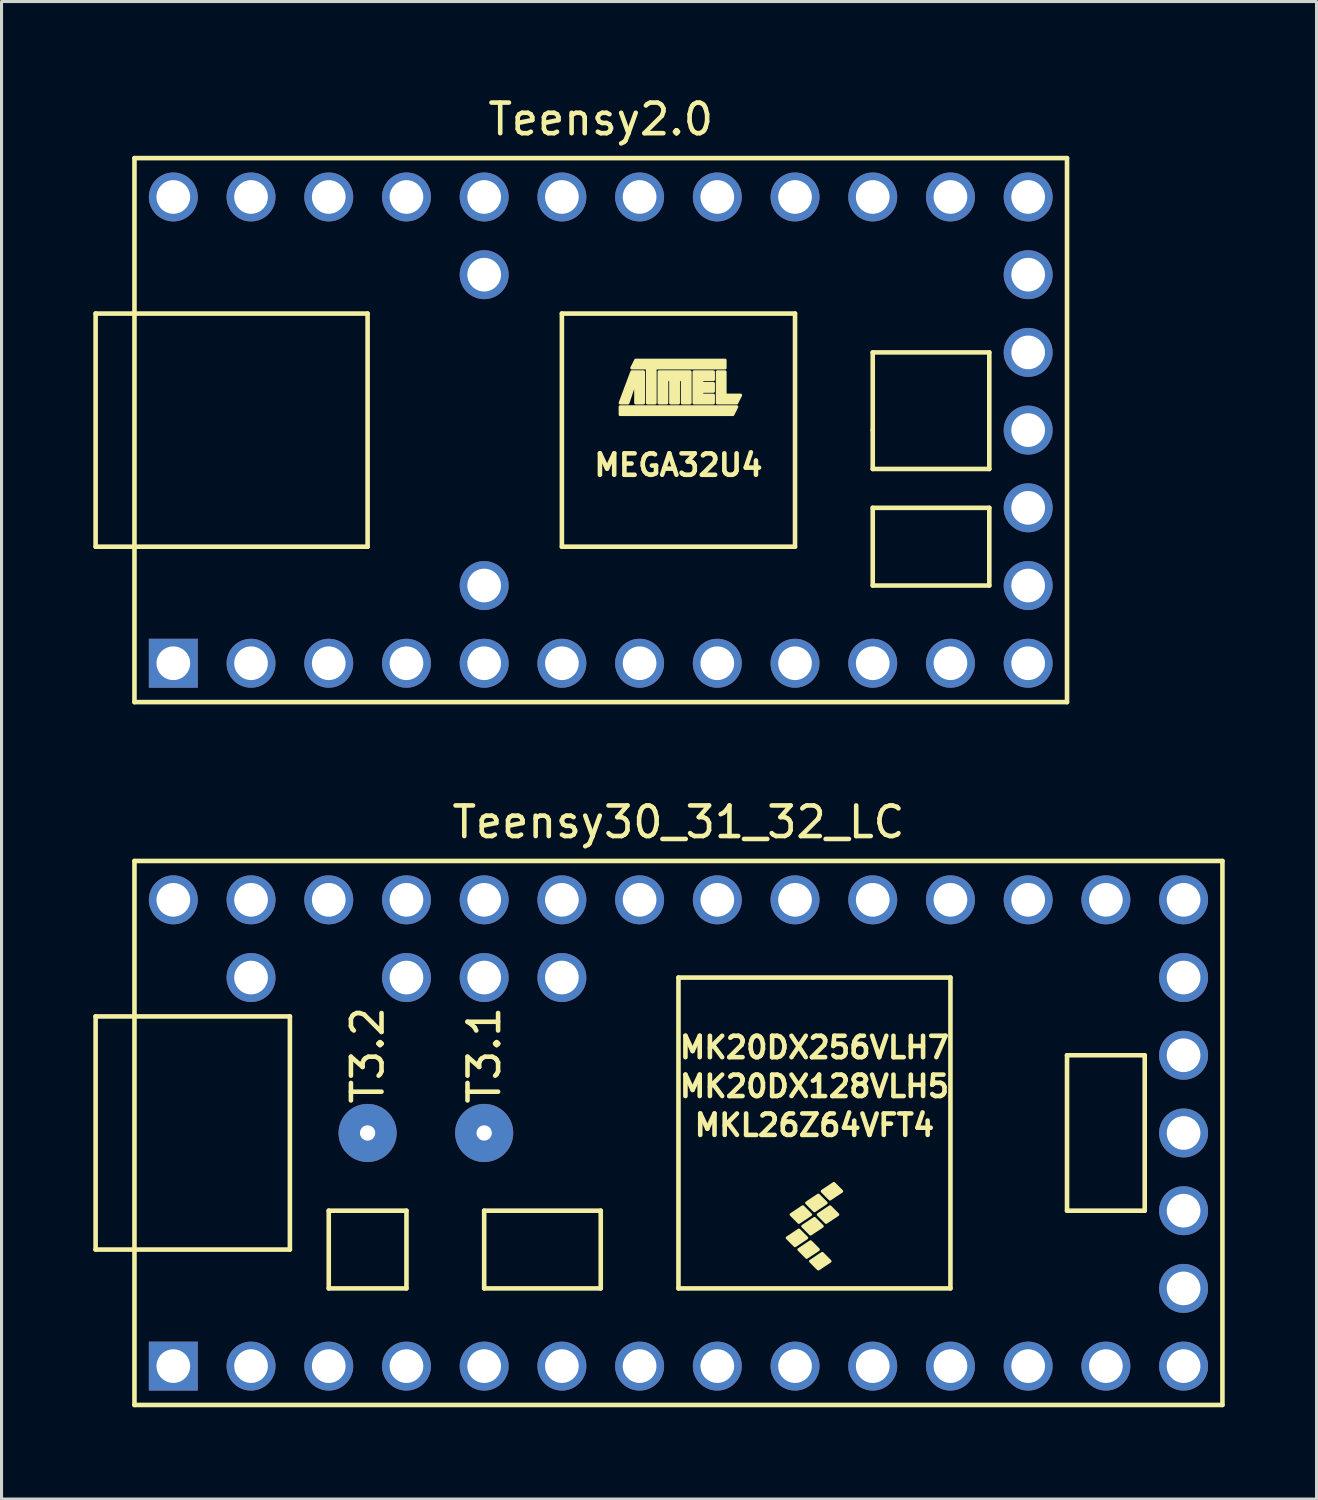
<source format=kicad_pcb>
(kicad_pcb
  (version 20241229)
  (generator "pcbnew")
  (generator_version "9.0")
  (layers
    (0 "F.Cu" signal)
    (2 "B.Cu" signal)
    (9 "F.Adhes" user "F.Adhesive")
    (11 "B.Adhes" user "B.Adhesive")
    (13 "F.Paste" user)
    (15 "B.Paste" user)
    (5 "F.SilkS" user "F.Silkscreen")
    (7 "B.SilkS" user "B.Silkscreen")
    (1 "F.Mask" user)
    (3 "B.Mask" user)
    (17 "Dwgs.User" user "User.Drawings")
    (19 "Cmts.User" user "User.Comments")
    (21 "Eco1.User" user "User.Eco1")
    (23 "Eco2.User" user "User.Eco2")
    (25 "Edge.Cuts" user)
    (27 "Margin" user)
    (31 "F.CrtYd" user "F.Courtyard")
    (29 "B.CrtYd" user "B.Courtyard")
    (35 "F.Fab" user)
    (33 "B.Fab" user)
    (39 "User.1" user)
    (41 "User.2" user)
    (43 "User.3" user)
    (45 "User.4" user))
  (footprint "Teensy30_31_32_LC"
    (layer "F.Cu")
    (at 19.125 33.981)
    (property "Reference" "Teensy30_31_32_LC" (at 0 -10.16 0) (layer "F.SilkS") (effects (font (size 1 1) (thickness 0.15))))
    (attr through_hole)
    (fp_line (start -19.05 -3.81) (end -17.78 -3.81) (stroke (width 0.15) (type solid)) (layer "F.SilkS"))
    (fp_line (start -19.05 3.81) (end -19.05 -3.81) (stroke (width 0.15) (type solid)) (layer "F.SilkS"))
    (fp_line (start -17.78 -8.89) (end 17.78 -8.89) (stroke (width 0.15) (type solid)) (layer "F.SilkS"))
    (fp_line (start -17.78 3.81) (end -19.05 3.81) (stroke (width 0.15) (type solid)) (layer "F.SilkS"))
    (fp_line (start -17.78 8.89) (end -17.78 -8.89) (stroke (width 0.15) (type solid)) (layer "F.SilkS"))
    (fp_line (start -12.7 -3.81) (end -17.78 -3.81) (stroke (width 0.15) (type solid)) (layer "F.SilkS"))
    (fp_line (start -12.7 3.81) (end -17.78 3.81) (stroke (width 0.15) (type solid)) (layer "F.SilkS"))
    (fp_line (start -12.7 3.81) (end -12.7 -3.81) (stroke (width 0.15) (type solid)) (layer "F.SilkS"))
    (fp_line (start -11.43 2.54) (end -11.43 5.08) (stroke (width 0.15) (type solid)) (layer "F.SilkS"))
    (fp_line (start -11.43 5.08) (end -8.89 5.08) (stroke (width 0.15) (type solid)) (layer "F.SilkS"))
    (fp_line (start -8.89 2.54) (end -11.43 2.54) (stroke (width 0.15) (type solid)) (layer "F.SilkS"))
    (fp_line (start -8.89 5.08) (end -8.89 2.54) (stroke (width 0.15) (type solid)) (layer "F.SilkS"))
    (fp_line (start -6.35 2.54) (end -6.35 5.08) (stroke (width 0.15) (type solid)) (layer "F.SilkS"))
    (fp_line (start -6.35 5.08) (end -2.54 5.08) (stroke (width 0.15) (type solid)) (layer "F.SilkS"))
    (fp_line (start -2.54 2.54) (end -6.35 2.54) (stroke (width 0.15) (type solid)) (layer "F.SilkS"))
    (fp_line (start -2.54 5.08) (end -2.54 2.54) (stroke (width 0.15) (type solid)) (layer "F.SilkS"))
    (fp_line (start 0 -5.08) (end 0 5.08) (stroke (width 0.15) (type solid)) (layer "F.SilkS"))
    (fp_line (start 8.89 -5.08) (end 0 -5.08) (stroke (width 0.15) (type solid)) (layer "F.SilkS"))
    (fp_line (start 8.89 5.08) (end 0 5.08) (stroke (width 0.15) (type solid)) (layer "F.SilkS"))
    (fp_line (start 8.89 5.08) (end 8.89 -5.08) (stroke (width 0.15) (type solid)) (layer "F.SilkS"))
    (fp_line (start 12.7 -2.54) (end 15.24 -2.54) (stroke (width 0.15) (type solid)) (layer "F.SilkS"))
    (fp_line (start 12.7 2.54) (end 12.7 -2.54) (stroke (width 0.15) (type solid)) (layer "F.SilkS"))
    (fp_line (start 15.24 -2.54) (end 15.24 2.54) (stroke (width 0.15) (type solid)) (layer "F.SilkS"))
    (fp_line (start 15.24 2.54) (end 12.7 2.54) (stroke (width 0.15) (type solid)) (layer "F.SilkS"))
    (fp_line (start 17.78 -8.89) (end 17.78 8.89) (stroke (width 0.15) (type solid)) (layer "F.SilkS"))
    (fp_line (start 17.78 8.89) (end -17.78 8.89) (stroke (width 0.15) (type solid)) (layer "F.SilkS"))
    (fp_poly (pts (xy 3.81 3.683) (xy 3.556 3.429) (xy 3.937 3.175) (xy 4.191 3.429)) (stroke (width 0.1) (type solid)) (fill yes) (layer "F.SilkS"))
    (fp_poly (pts (xy 3.937 2.921) (xy 3.683 2.667) (xy 4.064 2.413) (xy 4.318 2.667)) (stroke (width 0.1) (type solid)) (fill yes) (layer "F.SilkS"))
    (fp_poly (pts (xy 4.191 4.064) (xy 3.937 3.81) (xy 4.318 3.556) (xy 4.572 3.81)) (stroke (width 0.1) (type solid)) (fill yes) (layer "F.SilkS"))
    (fp_poly (pts (xy 4.318 3.302) (xy 4.064 3.048) (xy 4.445 2.794) (xy 4.699 3.048)) (stroke (width 0.1) (type solid)) (fill yes) (layer "F.SilkS"))
    (fp_poly (pts (xy 4.445 2.54) (xy 4.191 2.286) (xy 4.572 2.032) (xy 4.826 2.286)) (stroke (width 0.1) (type solid)) (fill yes) (layer "F.SilkS"))
    (fp_poly (pts (xy 4.572 4.445) (xy 4.318 4.191) (xy 4.699 3.937) (xy 4.953 4.191)) (stroke (width 0.1) (type solid)) (fill yes) (layer "F.SilkS"))
    (fp_poly (pts (xy 4.826 2.921) (xy 4.572 2.667) (xy 4.953 2.413) (xy 5.207 2.667)) (stroke (width 0.1) (type solid)) (fill yes) (layer "F.SilkS"))
    (fp_poly (pts (xy 4.953 2.159) (xy 4.699 1.905) (xy 5.08 1.651) (xy 5.334 1.905)) (stroke (width 0.1) (type solid)) (fill yes) (layer "F.SilkS"))
    (fp_text user "T3.2" (at -10.16 -2.54 90) (layer "F.SilkS") (effects (font (size 1 1) (thickness 0.15))))
    (fp_text user "MKL26Z64VFT4" (at 4.445 -0.254 0) (layer "F.SilkS") (effects (font (size 0.7 0.7) (thickness 0.15))))
    (fp_text user "T3.1" (at -6.35 -2.54 90) (layer "F.SilkS") (effects (font (size 1 1) (thickness 0.15))))
    (fp_text user "MK20DX256VLH7" (at 4.445 -2.794 0) (layer "F.SilkS") (effects (font (size 0.7 0.7) (thickness 0.15))))
    (fp_text user "MK20DX128VLH5" (at 4.445 -1.524 0) (layer "F.SilkS") (effects (font (size 0.7 0.7) (thickness 0.15))))
    (pad "1" thru_hole rect (at -16.51 7.62) (size 1.6 1.6) (drill 1.1) (layers "*.Cu" "*.Mask"))
    (pad "2" thru_hole circle (at -13.97 7.62) (size 1.6 1.6) (drill 1.1) (layers "*.Cu" "*.Mask"))
    (pad "3" thru_hole circle (at -11.43 7.62) (size 1.6 1.6) (drill 1.1) (layers "*.Cu" "*.Mask"))
    (pad "4" thru_hole circle (at -8.89 7.62) (size 1.6 1.6) (drill 1.1) (layers "*.Cu" "*.Mask"))
    (pad "5" thru_hole circle (at -6.35 7.62) (size 1.6 1.6) (drill 1.1) (layers "*.Cu" "*.Mask"))
    (pad "6" thru_hole circle (at -3.81 7.62) (size 1.6 1.6) (drill 1.1) (layers "*.Cu" "*.Mask"))
    (pad "7" thru_hole circle (at -1.27 7.62) (size 1.6 1.6) (drill 1.1) (layers "*.Cu" "*.Mask"))
    (pad "8" thru_hole circle (at 1.27 7.62) (size 1.6 1.6) (drill 1.1) (layers "*.Cu" "*.Mask"))
    (pad "9" thru_hole circle (at 3.81 7.62) (size 1.6 1.6) (drill 1.1) (layers "*.Cu" "*.Mask"))
    (pad "10" thru_hole circle (at 6.35 7.62) (size 1.6 1.6) (drill 1.1) (layers "*.Cu" "*.Mask"))
    (pad "11" thru_hole circle (at 8.89 7.62) (size 1.6 1.6) (drill 1.1) (layers "*.Cu" "*.Mask"))
    (pad "12" thru_hole circle (at 11.43 7.62) (size 1.6 1.6) (drill 1.1) (layers "*.Cu" "*.Mask"))
    (pad "13" thru_hole circle (at 13.97 7.62) (size 1.6 1.6) (drill 1.1) (layers "*.Cu" "*.Mask"))
    (pad "14" thru_hole circle (at 16.51 7.62) (size 1.6 1.6) (drill 1.1) (layers "*.Cu" "*.Mask"))
    (pad "15" thru_hole circle (at 16.51 5.08) (size 1.6 1.6) (drill 1.1) (layers "*.Cu" "*.Mask"))
    (pad "16" thru_hole circle (at 16.51 2.54) (size 1.6 1.6) (drill 1.1) (layers "*.Cu" "*.Mask"))
    (pad "17" thru_hole circle (at 16.51 0) (size 1.6 1.6) (drill 1.1) (layers "*.Cu" "*.Mask"))
    (pad "18" thru_hole circle (at 16.51 -2.54) (size 1.6 1.6) (drill 1.1) (layers "*.Cu" "*.Mask"))
    (pad "19" thru_hole circle (at 16.51 -5.08) (size 1.6 1.6) (drill 1.1) (layers "*.Cu" "*.Mask"))
    (pad "20" thru_hole circle (at 16.51 -7.62) (size 1.6 1.6) (drill 1.1) (layers "*.Cu" "*.Mask"))
    (pad "21" thru_hole circle (at 13.97 -7.62) (size 1.6 1.6) (drill 1.1) (layers "*.Cu" "*.Mask"))
    (pad "22" thru_hole circle (at 11.43 -7.62) (size 1.6 1.6) (drill 1.1) (layers "*.Cu" "*.Mask"))
    (pad "23" thru_hole circle (at 8.89 -7.62) (size 1.6 1.6) (drill 1.1) (layers "*.Cu" "*.Mask"))
    (pad "24" thru_hole circle (at 6.35 -7.62) (size 1.6 1.6) (drill 1.1) (layers "*.Cu" "*.Mask"))
    (pad "25" thru_hole circle (at 3.81 -7.62) (size 1.6 1.6) (drill 1.1) (layers "*.Cu" "*.Mask"))
    (pad "26" thru_hole circle (at 1.27 -7.62) (size 1.6 1.6) (drill 1.1) (layers "*.Cu" "*.Mask"))
    (pad "27" thru_hole circle (at -1.27 -7.62) (size 1.6 1.6) (drill 1.1) (layers "*.Cu" "*.Mask"))
    (pad "28" thru_hole circle (at -3.81 -7.62) (size 1.6 1.6) (drill 1.1) (layers "*.Cu" "*.Mask"))
    (pad "29" thru_hole circle (at -6.35 -7.62) (size 1.6 1.6) (drill 1.1) (layers "*.Cu" "*.Mask"))
    (pad "30" thru_hole circle (at -8.89 -7.62) (size 1.6 1.6) (drill 1.1) (layers "*.Cu" "*.Mask"))
    (pad "31" thru_hole circle (at -11.43 -7.62) (size 1.6 1.6) (drill 1.1) (layers "*.Cu" "*.Mask"))
    (pad "32" thru_hole circle (at -13.97 -7.62) (size 1.6 1.6) (drill 1.1) (layers "*.Cu" "*.Mask"))
    (pad "33" thru_hole circle (at -16.51 -7.62) (size 1.6 1.6) (drill 1.1) (layers "*.Cu" "*.Mask"))
    (pad "34" thru_hole circle (at -13.97 -5.08) (size 1.6 1.6) (drill 1.1) (layers "*.Cu" "*.Mask"))
    (pad "35" thru_hole circle (at -8.89 -5.08) (size 1.6 1.6) (drill 1.1) (layers "*.Cu" "*.Mask"))
    (pad "36" thru_hole circle (at -6.35 -5.08) (size 1.6 1.6) (drill 1.1) (layers "*.Cu" "*.Mask"))
    (pad "37" thru_hole circle (at -3.81 -5.08) (size 1.6 1.6) (drill 1.1) (layers "*.Cu" "*.Mask"))
    (pad "38" thru_hole circle (at -10.16 0) (size 1.9 1.9) (drill 0.5) (layers "*.Cu" "*.Mask"))
    (pad "38" thru_hole circle (at -6.35 0) (size 1.9 1.9) (drill 0.5) (layers "*.Cu" "*.Mask")))
  (footprint "Teensy2.0"
    (layer "F.Cu")
    (at 16.585 11.008)
    (property "Reference" "Teensy2.0" (at 0 -10.16 0) (layer "F.SilkS") (effects (font (size 1 1) (thickness 0.15))))
    (attr through_hole)
    (fp_line (start -16.51 -3.81) (end -7.62 -3.81) (stroke (width 0.15) (type solid)) (layer "F.SilkS"))
    (fp_line (start -16.51 3.81) (end -16.51 -3.81) (stroke (width 0.15) (type solid)) (layer "F.SilkS"))
    (fp_line (start -15.24 -8.89) (end 15.24 -8.89) (stroke (width 0.15) (type solid)) (layer "F.SilkS"))
    (fp_line (start -15.24 8.89) (end -15.24 -8.89) (stroke (width 0.15) (type solid)) (layer "F.SilkS"))
    (fp_line (start -7.62 -3.81) (end -7.62 3.81) (stroke (width 0.15) (type solid)) (layer "F.SilkS"))
    (fp_line (start -7.62 3.81) (end -16.51 3.81) (stroke (width 0.15) (type solid)) (layer "F.SilkS"))
    (fp_line (start -1.27 -3.81) (end -1.27 3.81) (stroke (width 0.15) (type solid)) (layer "F.SilkS"))
    (fp_line (start -1.27 3.81) (end 6.35 3.81) (stroke (width 0.15) (type solid)) (layer "F.SilkS"))
    (fp_line (start 6.35 -3.81) (end -1.27 -3.81) (stroke (width 0.15) (type solid)) (layer "F.SilkS"))
    (fp_line (start 6.35 3.81) (end 6.35 -3.81) (stroke (width 0.15) (type solid)) (layer "F.SilkS"))
    (fp_line (start 8.89 -2.54) (end 8.89 0) (stroke (width 0.15) (type solid)) (layer "F.SilkS"))
    (fp_line (start 8.89 0) (end 8.89 1.27) (stroke (width 0.15) (type solid)) (layer "F.SilkS"))
    (fp_line (start 8.89 1.27) (end 12.7 1.27) (stroke (width 0.15) (type solid)) (layer "F.SilkS"))
    (fp_line (start 8.89 2.54) (end 8.89 5.08) (stroke (width 0.15) (type solid)) (layer "F.SilkS"))
    (fp_line (start 8.89 5.08) (end 12.7 5.08) (stroke (width 0.15) (type solid)) (layer "F.SilkS"))
    (fp_line (start 12.7 -2.54) (end 8.89 -2.54) (stroke (width 0.15) (type solid)) (layer "F.SilkS"))
    (fp_line (start 12.7 1.27) (end 12.7 -2.54) (stroke (width 0.15) (type solid)) (layer "F.SilkS"))
    (fp_line (start 12.7 2.54) (end 8.89 2.54) (stroke (width 0.15) (type solid)) (layer "F.SilkS"))
    (fp_line (start 12.7 5.08) (end 12.7 2.54) (stroke (width 0.15) (type solid)) (layer "F.SilkS"))
    (fp_line (start 15.24 -8.89) (end 15.24 8.89) (stroke (width 0.15) (type solid)) (layer "F.SilkS"))
    (fp_line (start 15.24 8.89) (end -15.24 8.89) (stroke (width 0.15) (type solid)) (layer "F.SilkS"))
    (fp_poly (pts (xy 0.635 -0.762) (xy 4.445 -0.762) (xy 4.318 -0.508) (xy 0.635 -0.508)) (stroke (width 0.1) (type solid)) (fill yes) (layer "F.SilkS"))
    (fp_poly (pts (xy 3.81 -1.905) (xy 3.81 -0.889) (xy 4.445 -0.889) (xy 4.572 -1.143) (xy 4.064 -1.143) (xy 4.064 -1.905)) (stroke (width 0.1) (type solid)) (fill yes) (layer "F.SilkS"))
    (fp_poly (pts (xy 1.397 -0.889) (xy 1.397 -1.905) (xy 1.016 -1.905) (xy 0.635 -0.889) (xy 0.889 -0.889) (xy 1.143 -1.651) (xy 1.143 -0.889)) (stroke (width 0.1) (type solid)) (fill yes) (layer "F.SilkS"))
    (fp_poly (pts (xy 4.064 -2.032) (xy 1.778 -2.032) (xy 1.778 -0.889) (xy 1.524 -0.889) (xy 1.524 -2.032) (xy 1.016 -2.032) (xy 1.143 -2.286) (xy 4.064 -2.286)) (stroke (width 0.1) (type solid)) (fill yes) (layer "F.SilkS"))
    (fp_poly (pts (xy 2.921 -0.889) (xy 2.921 -1.905) (xy 1.905 -1.905) (xy 1.905 -0.889) (xy 2.159 -0.889) (xy 2.159 -1.651) (xy 2.286 -1.651) (xy 2.286 -0.889) (xy 2.54 -0.889) (xy 2.54 -1.651) (xy 2.667 -1.651) (xy 2.667 -0.889)) (stroke (width 0.1) (type solid)) (fill yes) (layer "F.SilkS"))
    (fp_poly (pts (xy 3.048 -1.905) (xy 3.683 -1.905) (xy 3.683 -1.651) (xy 3.302 -1.651) (xy 3.302 -1.524) (xy 3.683 -1.524) (xy 3.683 -1.27) (xy 3.302 -1.27) (xy 3.302 -1.143) (xy 3.683 -1.143) (xy 3.683 -0.889) (xy 3.048 -0.889)) (stroke (width 0.1) (type solid)) (fill yes) (layer "F.SilkS"))
    (fp_text user "MEGA32U4" (at 2.54 1.143 0) (layer "F.SilkS") (effects (font (size 0.7 0.7) (thickness 0.15))))
    (pad "1" thru_hole rect (at -13.97 7.62) (size 1.6 1.6) (drill 1.1) (layers "*.Cu" "*.Mask"))
    (pad "2" thru_hole circle (at -11.43 7.62) (size 1.6 1.6) (drill 1.1) (layers "*.Cu" "*.Mask"))
    (pad "3" thru_hole circle (at -8.89 7.62) (size 1.6 1.6) (drill 1.1) (layers "*.Cu" "*.Mask"))
    (pad "4" thru_hole circle (at -6.35 7.62) (size 1.6 1.6) (drill 1.1) (layers "*.Cu" "*.Mask"))
    (pad "5" thru_hole circle (at -3.81 7.62) (size 1.6 1.6) (drill 1.1) (layers "*.Cu" "*.Mask"))
    (pad "6" thru_hole circle (at -1.27 7.62) (size 1.6 1.6) (drill 1.1) (layers "*.Cu" "*.Mask"))
    (pad "7" thru_hole circle (at 1.27 7.62) (size 1.6 1.6) (drill 1.1) (layers "*.Cu" "*.Mask"))
    (pad "8" thru_hole circle (at 3.81 7.62) (size 1.6 1.6) (drill 1.1) (layers "*.Cu" "*.Mask"))
    (pad "9" thru_hole circle (at 6.35 7.62) (size 1.6 1.6) (drill 1.1) (layers "*.Cu" "*.Mask"))
    (pad "10" thru_hole circle (at 8.89 7.62) (size 1.6 1.6) (drill 1.1) (layers "*.Cu" "*.Mask"))
    (pad "11" thru_hole circle (at 11.43 7.62) (size 1.6 1.6) (drill 1.1) (layers "*.Cu" "*.Mask"))
    (pad "12" thru_hole circle (at 13.97 7.62) (size 1.6 1.6) (drill 1.1) (layers "*.Cu" "*.Mask"))
    (pad "13" thru_hole circle (at 13.97 5.08) (size 1.6 1.6) (drill 1.1) (layers "*.Cu" "*.Mask"))
    (pad "14" thru_hole circle (at 13.97 2.54) (size 1.6 1.6) (drill 1.1) (layers "*.Cu" "*.Mask"))
    (pad "15" thru_hole circle (at 13.97 0) (size 1.6 1.6) (drill 1.1) (layers "*.Cu" "*.Mask"))
    (pad "16" thru_hole circle (at 13.97 -2.54) (size 1.6 1.6) (drill 1.1) (layers "*.Cu" "*.Mask"))
    (pad "17" thru_hole circle (at 13.97 -5.08) (size 1.6 1.6) (drill 1.1) (layers "*.Cu" "*.Mask"))
    (pad "18" thru_hole circle (at 13.97 -7.62) (size 1.6 1.6) (drill 1.1) (layers "*.Cu" "*.Mask"))
    (pad "19" thru_hole circle (at 11.43 -7.62) (size 1.6 1.6) (drill 1.1) (layers "*.Cu" "*.Mask"))
    (pad "20" thru_hole circle (at 8.89 -7.62) (size 1.6 1.6) (drill 1.1) (layers "*.Cu" "*.Mask"))
    (pad "21" thru_hole circle (at 6.35 -7.62) (size 1.6 1.6) (drill 1.1) (layers "*.Cu" "*.Mask"))
    (pad "22" thru_hole circle (at 3.81 -7.62) (size 1.6 1.6) (drill 1.1) (layers "*.Cu" "*.Mask"))
    (pad "23" thru_hole circle (at 1.27 -7.62) (size 1.6 1.6) (drill 1.1) (layers "*.Cu" "*.Mask"))
    (pad "24" thru_hole circle (at -1.27 -7.62) (size 1.6 1.6) (drill 1.1) (layers "*.Cu" "*.Mask"))
    (pad "25" thru_hole circle (at -3.81 -7.62) (size 1.6 1.6) (drill 1.1) (layers "*.Cu" "*.Mask"))
    (pad "26" thru_hole circle (at -6.35 -7.62) (size 1.6 1.6) (drill 1.1) (layers "*.Cu" "*.Mask"))
    (pad "27" thru_hole circle (at -8.89 -7.62) (size 1.6 1.6) (drill 1.1) (layers "*.Cu" "*.Mask"))
    (pad "28" thru_hole circle (at -11.43 -7.62) (size 1.6 1.6) (drill 1.1) (layers "*.Cu" "*.Mask"))
    (pad "29" thru_hole circle (at -13.97 -7.62) (size 1.6 1.6) (drill 1.1) (layers "*.Cu" "*.Mask"))
    (pad "30" thru_hole circle (at -3.81 5.08) (size 1.6 1.6) (drill 1.1) (layers "*.Cu" "*.Mask"))
    (pad "31" thru_hole circle (at -3.81 -5.08) (size 1.6 1.6) (drill 1.1) (layers "*.Cu" "*.Mask")))
  (gr_rect
    (start -3 -3)
    (end 39.98 45.947)
    (stroke (width 0.1) (type default))
    (fill no)
    (layer "Edge.Cuts")))
</source>
